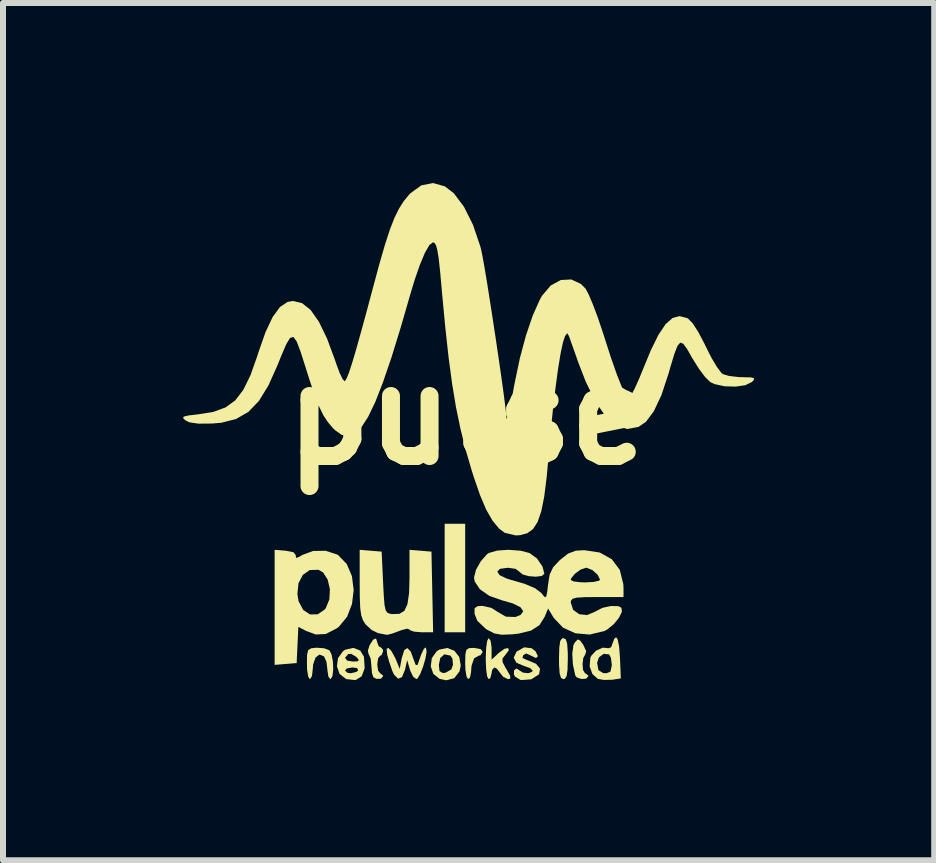
<source format=kicad_pcb>
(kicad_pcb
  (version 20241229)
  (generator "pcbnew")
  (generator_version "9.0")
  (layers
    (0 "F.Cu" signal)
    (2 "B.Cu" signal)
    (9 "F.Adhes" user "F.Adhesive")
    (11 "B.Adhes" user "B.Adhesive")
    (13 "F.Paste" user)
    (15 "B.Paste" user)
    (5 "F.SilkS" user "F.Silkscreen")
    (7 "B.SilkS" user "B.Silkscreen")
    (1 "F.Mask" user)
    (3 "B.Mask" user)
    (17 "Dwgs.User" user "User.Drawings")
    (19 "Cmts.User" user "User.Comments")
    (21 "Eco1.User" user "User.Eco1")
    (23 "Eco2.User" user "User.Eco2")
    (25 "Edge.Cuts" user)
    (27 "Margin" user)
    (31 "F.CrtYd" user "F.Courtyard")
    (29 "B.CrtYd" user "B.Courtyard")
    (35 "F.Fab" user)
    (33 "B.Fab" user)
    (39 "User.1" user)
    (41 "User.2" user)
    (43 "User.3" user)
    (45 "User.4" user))
  (footprint "pulse"
    (layer "F.Cu")
    (at 4.75 3.87)
    (property "Reference" "pulse" (at 0 0 0) (layer "F.SilkS") (effects (font (size 1.5 1.5) (thickness 0.3))))
    (attr board_only exclude_from_pos_files exclude_from_bom)
    (fp_poly (pts (xy -0.049 2.711) (xy -0.049 3.615) (xy -0.22 3.615) (xy -0.391 3.615) (xy -0.391 2.711) (xy -0.391 1.807) (xy -0.22 1.807) (xy -0.049 1.807)) (stroke (width 0) (type solid)) (fill yes) (layer "F.SilkS"))
    (fp_poly (pts (xy 0.208 3.895) (xy 0.244 3.94) (xy 0.205 3.999) (xy 0.176 4.005) (xy 0.099 4.05) (xy 0.056 4.175) (xy 0.049 4.278) (xy 0.032 4.368) (xy 0 4.396) (xy -0.027 4.352) (xy -0.045 4.239) (xy -0.049 4.136) (xy -0.046 3.985) (xy -0.029 3.908) (xy 0.016 3.879) (xy 0.098 3.875)) (stroke (width 0) (type solid)) (fill yes) (layer "F.SilkS"))
    (fp_poly (pts (xy 1.627 3.732) (xy 1.65 3.805) (xy 1.66 3.947) (xy 1.661 4.054) (xy 1.656 4.24) (xy 1.641 4.346) (xy 1.61 4.391) (xy 1.587 4.396) (xy 1.548 4.376) (xy 1.525 4.304) (xy 1.515 4.161) (xy 1.514 4.054) (xy 1.519 3.868) (xy 1.534 3.762) (xy 1.565 3.717) (xy 1.587 3.712)) (stroke (width 0) (type solid)) (fill yes) (layer "F.SilkS"))
    (fp_poly (pts (xy 1.866 3.752) (xy 1.92 3.827) (xy 1.967 3.929) (xy 1.953 3.981) (xy 1.919 4.043) (xy 1.906 4.145) (xy 1.915 4.243) (xy 1.946 4.297) (xy 1.954 4.298) (xy 2.001 4.336) (xy 2.003 4.347) (xy 1.966 4.388) (xy 1.885 4.393) (xy 1.809 4.366) (xy 1.785 4.335) (xy 1.746 4.151) (xy 1.735 3.971) (xy 1.754 3.831) (xy 1.775 3.789) (xy 1.824 3.735)) (stroke (width 0) (type solid)) (fill yes) (layer "F.SilkS"))
    (fp_poly (pts (xy -0.228 3.924) (xy -0.147 4.029) (xy -0.123 4.17) (xy -0.144 4.267) (xy -0.231 4.38) (xy -0.367 4.415) (xy -0.474 4.392) (xy -0.579 4.309) (xy -0.623 4.183) (xy -0.62 4.161) (xy -0.488 4.161) (xy -0.477 4.262) (xy -0.427 4.293) (xy -0.379 4.29) (xy -0.281 4.235) (xy -0.252 4.157) (xy -0.262 4.053) (xy -0.297 4.003) (xy -0.396 3.982) (xy -0.465 4.045) (xy -0.488 4.161) (xy -0.62 4.161) (xy -0.605 4.046) (xy -0.524 3.932) (xy -0.483 3.905) (xy -0.347 3.876)) (stroke (width 0) (type solid)) (fill yes) (layer "F.SilkS"))
    (fp_poly (pts (xy -2.402 3.881) (xy -2.311 3.915) (xy -2.275 3.986) (xy -2.253 4.105) (xy -2.248 4.235) (xy -2.26 4.344) (xy -2.291 4.395) (xy -2.296 4.396) (xy -2.329 4.353) (xy -2.344 4.249) (xy -2.345 4.235) (xy -2.361 4.106) (xy -2.401 4.018) (xy -2.402 4.016) (xy -2.478 3.986) (xy -2.543 4.037) (xy -2.583 4.152) (xy -2.589 4.231) (xy -2.602 4.342) (xy -2.633 4.395) (xy -2.638 4.396) (xy -2.665 4.352) (xy -2.683 4.239) (xy -2.686 4.14) (xy -2.684 3.99) (xy -2.665 3.913) (xy -2.616 3.882) (xy -2.531 3.872)) (stroke (width 0) (type solid)) (fill yes) (layer "F.SilkS"))
    (fp_poly (pts (xy -1.514 3.779) (xy -1.514 3.786) (xy -1.488 3.851) (xy -1.465 3.859) (xy -1.422 3.898) (xy -1.417 3.932) (xy -1.443 3.997) (xy -1.465 4.005) (xy -1.5 4.048) (xy -1.514 4.15) (xy -1.514 4.152) (xy -1.5 4.255) (xy -1.466 4.298) (xy -1.465 4.298) (xy -1.418 4.336) (xy -1.417 4.347) (xy -1.453 4.389) (xy -1.529 4.391) (xy -1.579 4.364) (xy -1.602 4.296) (xy -1.612 4.178) (xy -1.612 4.171) (xy -1.624 4.053) (xy -1.654 3.985) (xy -1.656 3.984) (xy -1.671 3.924) (xy -1.644 3.835) (xy -1.583 3.738) (xy -1.535 3.718)) (stroke (width 0) (type solid)) (fill yes) (layer "F.SilkS"))
    (fp_poly (pts (xy 0.374 3.755) (xy 0.39 3.862) (xy 0.391 3.892) (xy 0.391 4.071) (xy 0.513 3.957) (xy 0.606 3.89) (xy 0.668 3.878) (xy 0.677 3.917) (xy 0.621 3.991) (xy 0.573 4.051) (xy 0.574 4.113) (xy 0.627 4.212) (xy 0.641 4.234) (xy 0.699 4.339) (xy 0.704 4.386) (xy 0.665 4.396) (xy 0.584 4.357) (xy 0.537 4.298) (xy 0.478 4.221) (xy 0.438 4.201) (xy 0.4 4.242) (xy 0.391 4.298) (xy 0.37 4.378) (xy 0.342 4.396) (xy 0.317 4.351) (xy 0.3 4.23) (xy 0.293 4.055) (xy 0.293 4.054) (xy 0.3 3.879) (xy 0.317 3.758) (xy 0.342 3.712) (xy 0.342 3.712)) (stroke (width 0) (type solid)) (fill yes) (layer "F.SilkS"))
    (fp_poly (pts (xy 1.059 3.881) (xy 1.124 3.933) (xy 1.163 4.014) (xy 1.13 4.044) (xy 1.049 4.005) (xy 0.968 3.968) (xy 0.919 3.995) (xy 0.904 4.042) (xy 0.978 4.077) (xy 0.992 4.081) (xy 1.132 4.14) (xy 1.199 4.222) (xy 1.183 4.31) (xy 1.177 4.318) (xy 1.051 4.399) (xy 0.888 4.411) (xy 0.871 4.408) (xy 0.785 4.356) (xy 0.763 4.322) (xy 0.764 4.249) (xy 0.807 4.218) (xy 0.854 4.249) (xy 0.916 4.288) (xy 1.003 4.297) (xy 1.066 4.274) (xy 1.075 4.253) (xy 1.033 4.212) (xy 0.932 4.177) (xy 0.804 4.122) (xy 0.759 4.038) (xy 0.805 3.941) (xy 0.812 3.934) (xy 0.934 3.866)) (stroke (width 0) (type solid)) (fill yes) (layer "F.SilkS"))
    (fp_poly (pts (xy 2.493 3.738) (xy 2.516 3.855) (xy 2.529 4.028) (xy 2.53 4.036) (xy 2.544 4.384) (xy 2.401 4.406) (xy 2.261 4.409) (xy 2.161 4.391) (xy 2.071 4.312) (xy 2.025 4.183) (xy 2.029 4.125) (xy 2.149 4.125) (xy 2.171 4.245) (xy 2.247 4.294) (xy 2.304 4.298) (xy 2.371 4.271) (xy 2.393 4.173) (xy 2.393 4.155) (xy 2.38 4.043) (xy 2.349 3.984) (xy 2.258 3.974) (xy 2.179 4.033) (xy 2.149 4.125) (xy 2.029 4.125) (xy 2.035 4.045) (xy 2.05 4.008) (xy 2.133 3.92) (xy 2.245 3.871) (xy 2.341 3.881) (xy 2.341 3.881) (xy 2.383 3.864) (xy 2.402 3.809) (xy 2.435 3.723) (xy 2.467 3.698)) (stroke (width 0) (type solid)) (fill yes) (layer "F.SilkS"))
    (fp_poly (pts (xy -1.798 3.919) (xy -1.736 4.021) (xy -1.724 4.214) (xy -1.773 4.348) (xy -1.876 4.412) (xy -2.025 4.396) (xy -2.035 4.393) (xy -2.142 4.309) (xy -2.162 4.25) (xy -2.052 4.25) (xy -2.011 4.29) (xy -1.957 4.298) (xy -1.863 4.276) (xy -1.832 4.25) (xy -1.849 4.213) (xy -1.927 4.201) (xy -2.02 4.217) (xy -2.052 4.25) (xy -2.162 4.25) (xy -2.186 4.182) (xy -2.168 4.045) (xy -2.163 4.039) (xy -2.051 4.039) (xy -2.017 4.086) (xy -1.919 4.103) (xy -1.83 4.097) (xy -1.825 4.068) (xy -1.865 4.024) (xy -1.948 3.975) (xy -1.998 3.978) (xy -2.051 4.039) (xy -2.163 4.039) (xy -2.086 3.931) (xy -2.046 3.905) (xy -1.913 3.875)) (stroke (width 0) (type solid)) (fill yes) (layer "F.SilkS"))
    (fp_poly (pts (xy -0.702 3.874) (xy -0.692 3.939) (xy -0.712 4.056) (xy -0.752 4.193) (xy -0.8 4.314) (xy -0.846 4.388) (xy -0.863 4.396) (xy -0.917 4.354) (xy -0.966 4.251) (xy -0.97 4.237) (xy -1.016 4.079) (xy -1.051 4.237) (xy -1.101 4.36) (xy -1.165 4.389) (xy -1.234 4.322) (xy -1.262 4.262) (xy -1.316 4.106) (xy -1.349 3.986) (xy -1.358 3.892) (xy -1.33 3.875) (xy -1.278 3.928) (xy -1.216 4.041) (xy -1.203 4.07) (xy -1.14 4.225) (xy -1.104 4.039) (xy -1.063 3.911) (xy -1.011 3.878) (xy -0.955 3.939) (xy -0.912 4.058) (xy -0.876 4.155) (xy -0.847 4.164) (xy -0.841 4.152) (xy -0.78 3.981) (xy -0.738 3.892) (xy -0.709 3.869)) (stroke (width 0) (type solid)) (fill yes) (layer "F.SilkS"))
    (fp_poly (pts (xy -0.794 2.256) (xy -0.611 2.271) (xy -0.597 2.943) (xy -0.583 3.615) (xy -0.78 3.615) (xy -0.903 3.604) (xy -0.972 3.579) (xy -0.977 3.568) (xy -1.016 3.555) (xy -1.113 3.58) (xy -1.146 3.593) (xy -1.266 3.637) (xy -1.346 3.657) (xy -1.354 3.657) (xy -1.429 3.643) (xy -1.501 3.629) (xy -1.608 3.577) (xy -1.709 3.483) (xy -1.752 3.415) (xy -1.781 3.333) (xy -1.798 3.213) (xy -1.805 3.037) (xy -1.807 2.799) (xy -1.807 2.241) (xy -1.624 2.256) (xy -1.441 2.271) (xy -1.417 2.784) (xy -1.405 3.012) (xy -1.393 3.161) (xy -1.374 3.248) (xy -1.345 3.29) (xy -1.3 3.307) (xy -1.264 3.312) (xy -1.145 3.308) (xy -1.062 3.257) (xy -1.011 3.146) (xy -0.984 2.962) (xy -0.977 2.705) (xy -0.977 2.241)) (stroke (width 0) (type solid)) (fill yes) (layer "F.SilkS"))
    (fp_poly (pts (xy -3.041 2.256) (xy -2.911 2.281) (xy -2.871 2.33) (xy -2.872 2.34) (xy -2.866 2.377) (xy -2.808 2.355) (xy -2.764 2.327) (xy -2.583 2.26) (xy -2.375 2.257) (xy -2.186 2.318) (xy -2.165 2.33) (xy -2.022 2.478) (xy -1.936 2.68) (xy -1.907 2.91) (xy -1.935 3.144) (xy -2.017 3.357) (xy -2.155 3.524) (xy -2.193 3.552) (xy -2.374 3.644) (xy -2.539 3.652) (xy -2.697 3.594) (xy -2.829 3.525) (xy -2.843 3.826) (xy -2.857 4.128) (xy -3.041 4.143) (xy -3.224 4.158) (xy -3.224 3.199) (xy -3.224 2.978) (xy -2.845 2.978) (xy -2.825 3.098) (xy -2.749 3.242) (xy -2.635 3.317) (xy -2.506 3.316) (xy -2.388 3.234) (xy -2.372 3.213) (xy -2.312 3.067) (xy -2.303 2.898) (xy -2.34 2.738) (xy -2.417 2.618) (xy -2.493 2.574) (xy -2.639 2.578) (xy -2.754 2.659) (xy -2.827 2.798) (xy -2.845 2.978) (xy -3.224 2.978) (xy -3.224 2.241)) (stroke (width 0) (type solid)) (fill yes) (layer "F.SilkS"))
    (fp_poly (pts (xy 0.875 2.256) (xy 1.024 2.295) (xy 1.147 2.385) (xy 1.239 2.52) (xy 1.27 2.64) (xy 1.229 2.676) (xy 1.131 2.689) (xy 1.012 2.68) (xy 0.909 2.652) (xy 0.862 2.613) (xy 0.791 2.558) (xy 0.661 2.54) (xy 0.53 2.558) (xy 0.486 2.604) (xy 0.524 2.663) (xy 0.643 2.72) (xy 0.696 2.736) (xy 0.946 2.809) (xy 1.115 2.881) (xy 1.22 2.961) (xy 1.241 2.988) (xy 1.28 3.032) (xy 1.303 3.016) (xy 1.32 2.925) (xy 1.331 2.826) (xy 1.344 2.743) (xy 1.71 2.743) (xy 1.754 2.767) (xy 1.866 2.781) (xy 1.954 2.784) (xy 2.093 2.776) (xy 2.182 2.755) (xy 2.198 2.739) (xy 2.159 2.658) (xy 2.071 2.579) (xy 1.974 2.54) (xy 1.966 2.54) (xy 1.875 2.57) (xy 1.778 2.641) (xy 1.716 2.718) (xy 1.71 2.743) (xy 1.344 2.743) (xy 1.358 2.654) (xy 1.416 2.532) (xy 1.526 2.414) (xy 1.532 2.409) (xy 1.666 2.303) (xy 1.794 2.256) (xy 1.931 2.247) (xy 2.193 2.286) (xy 2.394 2.398) (xy 2.527 2.576) (xy 2.586 2.815) (xy 2.589 2.88) (xy 2.589 3.028) (xy 2.149 3.028) (xy 1.94 3.03) (xy 1.81 3.038) (xy 1.74 3.057) (xy 1.713 3.089) (xy 1.71 3.12) (xy 1.75 3.241) (xy 1.851 3.314) (xy 1.982 3.328) (xy 2.115 3.272) (xy 2.117 3.27) (xy 2.237 3.208) (xy 2.379 3.177) (xy 2.503 3.18) (xy 2.554 3.206) (xy 2.562 3.274) (xy 2.512 3.376) (xy 2.423 3.483) (xy 2.316 3.57) (xy 2.27 3.594) (xy 2.025 3.653) (xy 1.788 3.632) (xy 1.581 3.538) (xy 1.427 3.376) (xy 1.424 3.371) (xy 1.332 3.22) (xy 1.275 3.358) (xy 1.188 3.496) (xy 1.05 3.586) (xy 0.844 3.637) (xy 0.737 3.649) (xy 0.56 3.656) (xy 0.436 3.634) (xy 0.318 3.573) (xy 0.293 3.557) (xy 0.153 3.424) (xy 0.107 3.308) (xy 0.107 3.215) (xy 0.158 3.18) (xy 0.241 3.175) (xy 0.389 3.209) (xy 0.488 3.273) (xy 0.63 3.355) (xy 0.79 3.36) (xy 0.876 3.325) (xy 0.918 3.264) (xy 0.872 3.198) (xy 0.744 3.134) (xy 0.563 3.082) (xy 0.353 3.008) (xy 0.196 2.898) (xy 0.109 2.768) (xy 0.098 2.702) (xy 0.131 2.574) (xy 0.212 2.43) (xy 0.312 2.317) (xy 0.347 2.293) (xy 0.487 2.253) (xy 0.678 2.241)) (stroke (width 0) (type solid)) (fill yes) (layer "F.SilkS"))
    (fp_poly (pts (xy -0.388 -3.815) (xy -0.238 -3.7) (xy -0.069 -3.474) (xy 0.082 -3.172) (xy 0.203 -2.813) (xy 0.217 -2.76) (xy 0.239 -2.653) (xy 0.272 -2.469) (xy 0.313 -2.224) (xy 0.359 -1.935) (xy 0.408 -1.619) (xy 0.458 -1.29) (xy 0.506 -0.966) (xy 0.55 -0.662) (xy 0.587 -0.396) (xy 0.615 -0.182) (xy 0.632 -0.039) (xy 0.635 0.01) (xy 0.642 0.061) (xy 0.662 0.017) (xy 0.695 -0.119) (xy 0.74 -0.347) (xy 0.777 -0.546) (xy 0.862 -0.952) (xy 0.964 -1.332) (xy 1.077 -1.664) (xy 1.194 -1.926) (xy 1.231 -1.992) (xy 1.376 -2.163) (xy 1.544 -2.254) (xy 1.718 -2.264) (xy 1.879 -2.189) (xy 1.956 -2.111) (xy 2.006 -2.019) (xy 2.076 -1.855) (xy 2.157 -1.641) (xy 2.239 -1.397) (xy 2.255 -1.348) (xy 2.378 -0.966) (xy 2.48 -0.675) (xy 2.562 -0.469) (xy 2.625 -0.344) (xy 2.673 -0.294) (xy 2.681 -0.293) (xy 2.717 -0.336) (xy 2.777 -0.45) (xy 2.852 -0.617) (xy 2.901 -0.738) (xy 3.045 -1.086) (xy 3.173 -1.345) (xy 3.292 -1.521) (xy 3.407 -1.622) (xy 3.522 -1.653) (xy 3.645 -1.621) (xy 3.664 -1.612) (xy 3.737 -1.538) (xy 3.831 -1.395) (xy 3.934 -1.2) (xy 3.96 -1.146) (xy 4.054 -0.959) (xy 4.146 -0.805) (xy 4.221 -0.706) (xy 4.245 -0.686) (xy 4.351 -0.655) (xy 4.506 -0.637) (xy 4.574 -0.635) (xy 4.711 -0.632) (xy 4.766 -0.618) (xy 4.756 -0.584) (xy 4.729 -0.556) (xy 4.62 -0.502) (xy 4.455 -0.478) (xy 4.271 -0.484) (xy 4.106 -0.52) (xy 4.033 -0.555) (xy 3.95 -0.636) (xy 3.846 -0.775) (xy 3.74 -0.944) (xy 3.732 -0.957) (xy 3.648 -1.105) (xy 3.585 -1.192) (xy 3.535 -1.212) (xy 3.489 -1.158) (xy 3.437 -1.026) (xy 3.371 -0.808) (xy 3.339 -0.694) (xy 3.22 -0.335) (xy 3.095 -0.069) (xy 2.963 0.108) (xy 2.839 0.193) (xy 2.65 0.228) (xy 2.469 0.171) (xy 2.294 0.021) (xy 2.125 -0.223) (xy 1.959 -0.562) (xy 1.836 -0.879) (xy 1.772 -1.062) (xy 1.717 -1.215) (xy 1.684 -1.309) (xy 1.68 -1.319) (xy 1.653 -1.368) (xy 1.619 -1.327) (xy 1.614 -1.319) (xy 1.58 -1.215) (xy 1.54 -1.027) (xy 1.498 -0.771) (xy 1.456 -0.459) (xy 1.414 -0.107) (xy 1.375 0.272) (xy 1.346 0.618) (xy 1.309 1.029) (xy 1.268 1.353) (xy 1.219 1.599) (xy 1.158 1.776) (xy 1.082 1.895) (xy 0.986 1.965) (xy 0.866 1.997) (xy 0.792 2.001) (xy 0.608 1.957) (xy 0.515 1.887) (xy 0.405 1.753) (xy 0.301 1.572) (xy 0.198 1.329) (xy 0.088 1.01) (xy 0.055 0.904) (xy -0.044 0.564) (xy -0.128 0.223) (xy -0.202 -0.133) (xy -0.266 -0.521) (xy -0.325 -0.958) (xy -0.38 -1.459) (xy -0.435 -2.04) (xy -0.44 -2.1) (xy -0.467 -2.398) (xy -0.49 -2.611) (xy -0.513 -2.752) (xy -0.536 -2.836) (xy -0.563 -2.875) (xy -0.588 -2.882) (xy -0.646 -2.836) (xy -0.72 -2.708) (xy -0.803 -2.51) (xy -0.892 -2.254) (xy -0.954 -2.048) (xy -1.125 -1.458) (xy -1.279 -0.959) (xy -1.42 -0.548) (xy -1.548 -0.22) (xy -1.668 0.029) (xy -1.782 0.204) (xy -1.891 0.309) (xy -1.998 0.348) (xy -2.107 0.326) (xy -2.219 0.246) (xy -2.257 0.208) (xy -2.341 0.108) (xy -2.413 -0.002) (xy -2.482 -0.143) (xy -2.555 -0.33) (xy -2.64 -0.582) (xy -2.709 -0.8) (xy -2.792 -1.061) (xy -2.856 -1.229) (xy -2.911 -1.305) (xy -2.966 -1.29) (xy -3.03 -1.186) (xy -3.113 -0.993) (xy -3.171 -0.847) (xy -3.326 -0.5) (xy -3.486 -0.239) (xy -3.663 -0.056) (xy -3.868 0.062) (xy -4.113 0.124) (xy -4.267 0.137) (xy -4.494 0.139) (xy -4.642 0.117) (xy -4.709 0.085) (xy -4.75 0.046) (xy -4.738 0.021) (xy -4.657 0.002) (xy -4.5 -0.016) (xy -4.245 -0.057) (xy -4.043 -0.131) (xy -3.881 -0.248) (xy -3.747 -0.423) (xy -3.627 -0.667) (xy -3.511 -0.994) (xy -3.495 -1.046) (xy -3.375 -1.389) (xy -3.256 -1.64) (xy -3.135 -1.805) (xy -3.007 -1.89) (xy -2.918 -1.905) (xy -2.767 -1.869) (xy -2.625 -1.756) (xy -2.488 -1.562) (xy -2.352 -1.282) (xy -2.214 -0.91) (xy -2.199 -0.863) (xy -2.141 -0.706) (xy -2.09 -0.601) (xy -2.055 -0.567) (xy -2.052 -0.57) (xy -2.023 -0.619) (xy -1.984 -0.716) (xy -1.934 -0.869) (xy -1.869 -1.087) (xy -1.788 -1.376) (xy -1.687 -1.746) (xy -1.589 -2.113) (xy -1.48 -2.517) (xy -1.387 -2.839) (xy -1.305 -3.092) (xy -1.228 -3.289) (xy -1.152 -3.444) (xy -1.072 -3.57) (xy -0.982 -3.679) (xy -0.962 -3.7) (xy -0.781 -3.831) (xy -0.584 -3.87)) (stroke (width 0) (type solid)) (fill yes) (layer "F.SilkS")))
  (gr_rect
    (start -3 -3)
    (end 12.516 11.284)
    (stroke (width 0.1) (type default))
    (fill no)
    (layer "Edge.Cuts")))
</source>
